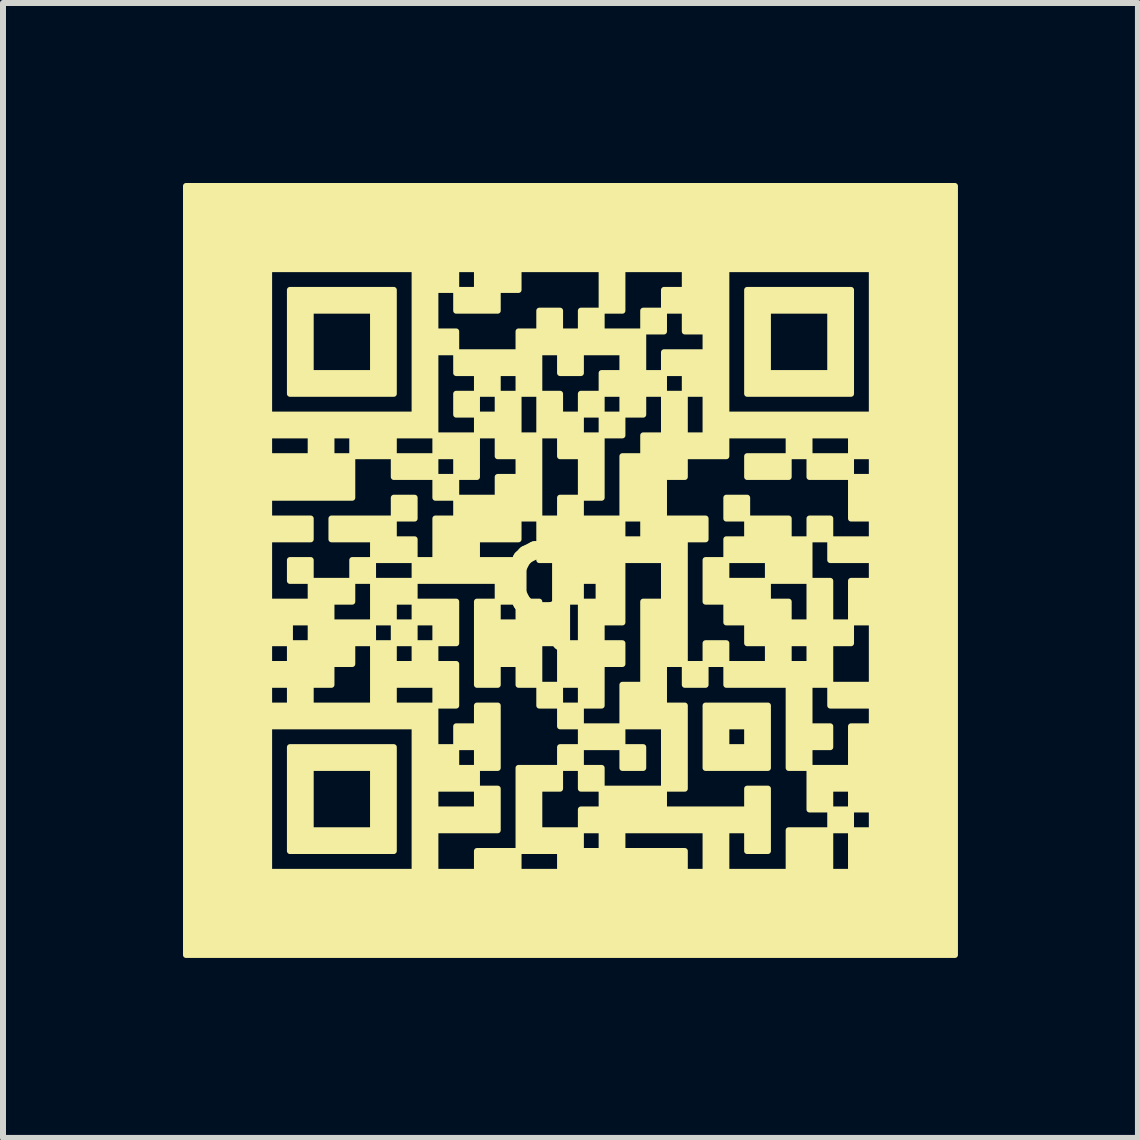
<source format=kicad_pcb>
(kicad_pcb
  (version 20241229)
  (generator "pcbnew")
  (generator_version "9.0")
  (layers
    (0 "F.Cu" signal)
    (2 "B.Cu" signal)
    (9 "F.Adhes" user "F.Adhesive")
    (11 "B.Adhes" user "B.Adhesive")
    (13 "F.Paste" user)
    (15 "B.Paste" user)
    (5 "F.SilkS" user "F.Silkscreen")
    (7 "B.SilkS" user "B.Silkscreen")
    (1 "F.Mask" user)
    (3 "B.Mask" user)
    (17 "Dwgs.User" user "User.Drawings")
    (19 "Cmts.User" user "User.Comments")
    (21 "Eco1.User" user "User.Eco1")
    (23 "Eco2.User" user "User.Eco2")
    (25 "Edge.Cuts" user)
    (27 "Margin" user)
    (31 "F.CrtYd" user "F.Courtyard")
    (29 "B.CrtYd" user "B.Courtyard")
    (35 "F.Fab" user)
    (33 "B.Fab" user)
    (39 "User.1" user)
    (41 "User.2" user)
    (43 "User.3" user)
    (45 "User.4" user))
  (footprint "qr"
    (layer "F.Cu")
    (at 6.446 6.446)
    (property "Reference" "qr" (at 0 0 0) (layer "F.SilkS") (effects (font (size 1.524 1.524) (thickness 0.3))))
    (attr through_hole)
    (fp_poly (pts (xy -4.318 0.185) (xy -4.491 0.185) (xy -4.664 0.185) (xy -4.664 0.012) (xy -4.664 -0.162) (xy -4.491 -0.162) (xy -4.318 -0.162) (xy -4.318 0.012) (xy -4.318 0.185)) (stroke (width 0.1) (type solid)) (fill yes) (layer "F.SilkS"))
    (fp_poly (pts (xy -3.279 0.185) (xy -3.452 0.185) (xy -3.625 0.185) (xy -3.625 0.012) (xy -3.625 -0.162) (xy -3.452 -0.162) (xy -3.279 -0.162) (xy -3.279 0.012) (xy -3.279 0.185)) (stroke (width 0.1) (type solid)) (fill yes) (layer "F.SilkS"))
    (fp_poly (pts (xy -2.586 -0.854) (xy -2.759 -0.854) (xy -2.933 -0.854) (xy -2.933 -1.028) (xy -2.933 -1.201) (xy -2.759 -1.201) (xy -2.586 -1.201) (xy -2.586 -1.028) (xy -2.586 -0.854)) (stroke (width 0.1) (type solid)) (fill yes) (layer "F.SilkS"))
    (fp_poly (pts (xy -2.586 1.224) (xy -2.759 1.224) (xy -2.933 1.224) (xy -2.933 1.051) (xy -2.933 0.877) (xy -2.759 0.877) (xy -2.586 0.877) (xy -2.586 1.051) (xy -2.586 1.224)) (stroke (width 0.1) (type solid)) (fill yes) (layer "F.SilkS"))
    (fp_poly (pts (xy -2.24 -1.547) (xy -2.586 -1.547) (xy -2.933 -1.547) (xy -2.933 -1.72) (xy -2.933 -1.893) (xy -2.586 -1.893) (xy -2.24 -1.893) (xy -2.24 -1.72) (xy -2.24 -1.547)) (stroke (width 0.1) (type solid)) (fill yes) (layer "F.SilkS"))
    (fp_poly (pts (xy -1.893 -1.201) (xy -2.067 -1.201) (xy -2.24 -1.201) (xy -2.24 -1.374) (xy -2.24 -1.547) (xy -2.067 -1.547) (xy -1.893 -1.547) (xy -1.893 -1.374) (xy -1.893 -1.201)) (stroke (width 0.1) (type solid)) (fill yes) (layer "F.SilkS"))
    (fp_poly (pts (xy -1.547 -2.586) (xy -1.72 -2.586) (xy -1.893 -2.586) (xy -1.893 -2.759) (xy -1.893 -2.933) (xy -1.72 -2.933) (xy -1.547 -2.933) (xy -1.547 -2.759) (xy -1.547 -2.586)) (stroke (width 0.1) (type solid)) (fill yes) (layer "F.SilkS"))
    (fp_poly (pts (xy -0.162 2.263) (xy -0.335 2.263) (xy -0.508 2.263) (xy -0.508 2.09) (xy -0.508 1.917) (xy -0.335 1.917) (xy -0.162 1.917) (xy -0.162 2.09) (xy -0.162 2.263)) (stroke (width 0.1) (type solid)) (fill yes) (layer "F.SilkS"))
    (fp_poly (pts (xy 0.185 2.609) (xy 0.012 2.609) (xy -0.162 2.609) (xy -0.162 2.436) (xy -0.162 2.263) (xy 0.012 2.263) (xy 0.185 2.263) (xy 0.185 2.436) (xy 0.185 2.609)) (stroke (width 0.1) (type solid)) (fill yes) (layer "F.SilkS"))
    (fp_poly (pts (xy 0.185 3.302) (xy 0.012 3.302) (xy -0.162 3.302) (xy -0.162 3.129) (xy -0.162 2.956) (xy 0.012 2.956) (xy 0.185 2.956) (xy 0.185 3.129) (xy 0.185 3.302)) (stroke (width 0.1) (type solid)) (fill yes) (layer "F.SilkS"))
    (fp_poly (pts (xy 0.531 -2.586) (xy 0.358 -2.586) (xy 0.185 -2.586) (xy 0.185 -2.759) (xy 0.185 -2.933) (xy 0.358 -2.933) (xy 0.531 -2.933) (xy 0.531 -2.759) (xy 0.531 -2.586)) (stroke (width 0.1) (type solid)) (fill yes) (layer "F.SilkS"))
    (fp_poly (pts (xy 0.531 3.648) (xy 0.358 3.648) (xy 0.185 3.648) (xy 0.185 3.475) (xy 0.185 3.302) (xy 0.358 3.302) (xy 0.531 3.302) (xy 0.531 3.475) (xy 0.531 3.648)) (stroke (width 0.1) (type solid)) (fill yes) (layer "F.SilkS"))
    (fp_poly (pts (xy 0.877 -2.24) (xy 0.704 -2.24) (xy 0.531 -2.24) (xy 0.531 -2.413) (xy 0.531 -2.586) (xy 0.704 -2.586) (xy 0.877 -2.586) (xy 0.877 -2.413) (xy 0.877 -2.24)) (stroke (width 0.1) (type solid)) (fill yes) (layer "F.SilkS"))
    (fp_poly (pts (xy 0.877 2.956) (xy 0.531 2.956) (xy 0.185 2.956) (xy 0.185 2.782) (xy 0.185 2.609) (xy 0.531 2.609) (xy 0.877 2.609) (xy 0.877 2.782) (xy 0.877 2.956)) (stroke (width 0.1) (type solid)) (fill yes) (layer "F.SilkS"))
    (fp_poly (pts (xy 1.224 3.302) (xy 1.051 3.302) (xy 0.877 3.302) (xy 0.877 3.129) (xy 0.877 2.956) (xy 1.051 2.956) (xy 1.224 2.956) (xy 1.224 3.129) (xy 1.224 3.302)) (stroke (width 0.1) (type solid)) (fill yes) (layer "F.SilkS"))
    (fp_poly (pts (xy 1.57 -3.972) (xy 1.397 -3.972) (xy 1.224 -3.972) (xy 1.224 -4.145) (xy 1.224 -4.318) (xy 1.397 -4.318) (xy 1.57 -4.318) (xy 1.57 -4.145) (xy 1.57 -3.972)) (stroke (width 0.1) (type solid)) (fill yes) (layer "F.SilkS"))
    (fp_poly (pts (xy 2.263 1.917) (xy 2.09 1.917) (xy 1.917 1.917) (xy 1.917 1.743) (xy 1.917 1.57) (xy 2.09 1.57) (xy 2.263 1.57) (xy 2.263 1.743) (xy 2.263 1.917)) (stroke (width 0.1) (type solid)) (fill yes) (layer "F.SilkS"))
    (fp_poly (pts (xy 2.609 1.57) (xy 2.436 1.57) (xy 2.263 1.57) (xy 2.263 1.397) (xy 2.263 1.224) (xy 2.436 1.224) (xy 2.609 1.224) (xy 2.609 1.397) (xy 2.609 1.57)) (stroke (width 0.1) (type solid)) (fill yes) (layer "F.SilkS"))
    (fp_poly (pts (xy 2.956 -0.854) (xy 2.782 -0.854) (xy 2.609 -0.854) (xy 2.609 -1.028) (xy 2.609 -1.201) (xy 2.782 -1.201) (xy 2.956 -1.201) (xy 2.956 -1.028) (xy 2.956 -0.854)) (stroke (width 0.1) (type solid)) (fill yes) (layer "F.SilkS"))
    (fp_poly (pts (xy 3.648 -1.547) (xy 3.302 -1.547) (xy 2.956 -1.547) (xy 2.956 -1.72) (xy 2.956 -1.893) (xy 3.302 -1.893) (xy 3.648 -1.893) (xy 3.648 -1.72) (xy 3.648 -1.547)) (stroke (width 0.1) (type solid)) (fill yes) (layer "F.SilkS"))
    (fp_poly (pts (xy 4.341 -0.508) (xy 4.168 -0.508) (xy 3.995 -0.508) (xy 3.995 -0.681) (xy 3.995 -0.854) (xy 4.168 -0.854) (xy 4.341 -0.854) (xy 4.341 -0.681) (xy 4.341 -0.508)) (stroke (width 0.1) (type solid)) (fill yes) (layer "F.SilkS"))
    (fp_poly (pts (xy 4.687 -1.547) (xy 4.341 -1.547) (xy 3.995 -1.547) (xy 3.995 -1.72) (xy 3.995 -1.893) (xy 4.341 -1.893) (xy 4.687 -1.893) (xy 4.687 -1.72) (xy 4.687 -1.547)) (stroke (width 0.1) (type solid)) (fill yes) (layer "F.SilkS"))
    (fp_poly (pts (xy 4.687 4.341) (xy 4.514 4.341) (xy 4.341 4.341) (xy 4.341 4.168) (xy 4.341 3.995) (xy 4.514 3.995) (xy 4.687 3.995) (xy 4.687 4.168) (xy 4.687 4.341)) (stroke (width 0.1) (type solid)) (fill yes) (layer "F.SilkS"))
    (fp_poly (pts (xy -2.586 0.531) (xy -2.759 0.531) (xy -2.933 0.531) (xy -2.933 0.704) (xy -2.933 0.877) (xy -3.106 0.877) (xy -3.279 0.877) (xy -3.279 0.531) (xy -3.279 0.185) (xy -2.933 0.185) (xy -2.586 0.185) (xy -2.586 0.358) (xy -2.586 0.531)) (stroke (width 0.1) (type solid)) (fill yes) (layer "F.SilkS"))
    (fp_poly (pts (xy -1.893 1.224) (xy -2.067 1.224) (xy -2.24 1.224) (xy -2.24 1.051) (xy -2.24 0.877) (xy -2.413 0.877) (xy -2.586 0.877) (xy -2.586 0.704) (xy -2.586 0.531) (xy -2.24 0.531) (xy -1.893 0.531) (xy -1.893 0.877) (xy -1.893 1.224)) (stroke (width 0.1) (type solid)) (fill yes) (layer "F.SilkS"))
    (fp_poly (pts (xy -1.547 -1.547) (xy -1.72 -1.547) (xy -1.893 -1.547) (xy -1.893 -1.72) (xy -1.893 -1.893) (xy -2.067 -1.893) (xy -2.24 -1.893) (xy -2.24 -2.067) (xy -2.24 -2.24) (xy -1.893 -2.24) (xy -1.547 -2.24) (xy -1.547 -1.893) (xy -1.547 -1.547)) (stroke (width 0.1) (type solid)) (fill yes) (layer "F.SilkS"))
    (fp_poly (pts (xy -2.586 -0.162) (xy -2.933 -0.162) (xy -3.279 -0.162) (xy -3.279 -0.335) (xy -3.279 -0.508) (xy -3.625 -0.508) (xy -3.972 -0.508) (xy -3.972 -0.681) (xy -3.972 -0.854) (xy -3.452 -0.854) (xy -2.933 -0.854) (xy -2.933 -0.681) (xy -2.933 -0.508) (xy -2.759 -0.508) (xy -2.586 -0.508) (xy -2.586 -0.335) (xy -2.586 -0.162)) (stroke (width 0.1) (type solid)) (fill yes) (layer "F.SilkS"))
    (fp_poly (pts (xy -1.201 3.302) (xy -1.374 3.302) (xy -1.547 3.302) (xy -1.547 3.129) (xy -1.547 2.956) (xy -1.72 2.956) (xy -1.893 2.956) (xy -1.893 2.782) (xy -1.893 2.609) (xy -1.72 2.609) (xy -1.547 2.609) (xy -1.547 2.436) (xy -1.547 2.263) (xy -1.374 2.263) (xy -1.201 2.263) (xy -1.201 2.782) (xy -1.201 3.302)) (stroke (width 0.1) (type solid)) (fill yes) (layer "F.SilkS"))
    (fp_poly (pts (xy -2.933 -2.933) (xy -3.279 -2.933) (xy -3.279 -3.279) (xy -3.279 -3.798) (xy -3.279 -4.318) (xy -3.798 -4.318) (xy -4.318 -4.318) (xy -4.318 -3.798) (xy -4.318 -3.279) (xy -3.798 -3.279) (xy -3.279 -3.279) (xy -3.279 -2.933) (xy -3.798 -2.933) (xy -4.664 -2.933) (xy -4.664 -3.798) (xy -4.664 -4.664) (xy -3.798 -4.664) (xy -2.933 -4.664) (xy -2.933 -3.798) (xy -2.933 -2.933)) (stroke (width 0.1) (type solid)) (fill yes) (layer "F.SilkS"))
    (fp_poly (pts (xy -2.933 4.687) (xy -3.279 4.687) (xy -3.279 4.341) (xy -3.279 3.822) (xy -3.279 3.302) (xy -3.798 3.302) (xy -4.318 3.302) (xy -4.318 3.822) (xy -4.318 4.341) (xy -3.798 4.341) (xy -3.279 4.341) (xy -3.279 4.687) (xy -3.798 4.687) (xy -4.664 4.687) (xy -4.664 3.822) (xy -4.664 2.956) (xy -3.798 2.956) (xy -2.933 2.956) (xy -2.933 3.822) (xy -2.933 4.687)) (stroke (width 0.1) (type solid)) (fill yes) (layer "F.SilkS"))
    (fp_poly (pts (xy 3.302 3.302) (xy 2.956 3.302) (xy 2.956 2.956) (xy 2.956 2.782) (xy 2.956 2.609) (xy 2.782 2.609) (xy 2.609 2.609) (xy 2.609 2.782) (xy 2.609 2.956) (xy 2.782 2.956) (xy 2.956 2.956) (xy 2.956 3.302) (xy 2.782 3.302) (xy 2.263 3.302) (xy 2.263 2.782) (xy 2.263 2.263) (xy 2.782 2.263) (xy 3.302 2.263) (xy 3.302 2.782) (xy 3.302 3.302)) (stroke (width 0.1) (type solid)) (fill yes) (layer "F.SilkS"))
    (fp_poly (pts (xy 4.687 -2.933) (xy 4.341 -2.933) (xy 4.341 -3.279) (xy 4.341 -3.798) (xy 4.341 -4.318) (xy 3.822 -4.318) (xy 3.302 -4.318) (xy 3.302 -3.798) (xy 3.302 -3.279) (xy 3.822 -3.279) (xy 4.341 -3.279) (xy 4.341 -2.933) (xy 3.822 -2.933) (xy 2.956 -2.933) (xy 2.956 -3.798) (xy 2.956 -4.664) (xy 3.822 -4.664) (xy 4.687 -4.664) (xy 4.687 -3.798) (xy 4.687 -2.933)) (stroke (width 0.1) (type solid)) (fill yes) (layer "F.SilkS"))
    (fp_poly (pts (xy 3.995 0.185) (xy 3.648 0.185) (xy 3.302 0.185) (xy 3.302 0.012) (xy 3.302 -0.162) (xy 2.956 -0.162) (xy 2.609 -0.162) (xy 2.609 -0.335) (xy 2.609 -0.508) (xy 2.782 -0.508) (xy 2.956 -0.508) (xy 2.956 -0.681) (xy 2.956 -0.854) (xy 3.302 -0.854) (xy 3.648 -0.854) (xy 3.648 -0.681) (xy 3.648 -0.508) (xy 3.822 -0.508) (xy 3.995 -0.508) (xy 3.995 -0.162) (xy 3.995 0.185)) (stroke (width 0.1) (type solid)) (fill yes) (layer "F.SilkS"))
    (fp_poly (pts (xy 0.531 -1.201) (xy 0.358 -1.201) (xy 0.185 -1.201) (xy 0.185 -1.547) (xy 0.185 -1.893) (xy 0.012 -1.893) (xy -0.162 -1.893) (xy -0.162 -2.067) (xy -0.162 -2.24) (xy -0.335 -2.24) (xy -0.508 -2.24) (xy -0.508 -2.586) (xy -0.508 -2.933) (xy -0.335 -2.933) (xy -0.162 -2.933) (xy -0.162 -2.759) (xy -0.162 -2.586) (xy 0.012 -2.586) (xy 0.185 -2.586) (xy 0.185 -2.413) (xy 0.185 -2.24) (xy 0.358 -2.24) (xy 0.531 -2.24) (xy 0.531 -1.72) (xy 0.531 -1.201)) (stroke (width 0.1) (type solid)) (fill yes) (layer "F.SilkS"))
    (fp_poly (pts (xy -0.162 1.224) (xy -0.335 1.224) (xy -0.508 1.224) (xy -0.508 1.57) (xy -0.508 1.917) (xy -0.681 1.917) (xy -0.854 1.917) (xy -0.854 1.743) (xy -0.854 1.57) (xy -1.028 1.57) (xy -1.201 1.57) (xy -1.201 1.743) (xy -1.201 1.917) (xy -1.374 1.917) (xy -1.547 1.917) (xy -1.547 1.224) (xy -1.547 0.531) (xy -1.374 0.531) (xy -1.201 0.531) (xy -1.201 0.704) (xy -1.201 0.877) (xy -1.028 0.877) (xy -0.854 0.877) (xy -0.854 0.704) (xy -0.854 0.531) (xy -0.681 0.531) (xy -0.508 0.531) (xy -0.508 0.704) (xy -0.508 0.877) (xy -0.335 0.877) (xy -0.162 0.877) (xy -0.162 1.051) (xy -0.162 1.224)) (stroke (width 0.1) (type solid)) (fill yes) (layer "F.SilkS"))
    (fp_poly (pts (xy -0.508 -0.854) (xy -0.681 -0.854) (xy -0.854 -0.854) (xy -0.854 -0.681) (xy -0.854 -0.508) (xy -1.201 -0.508) (xy -1.547 -0.508) (xy -1.547 -0.335) (xy -1.547 -0.162) (xy -1.201 -0.162) (xy -0.854 -0.162) (xy -0.854 0.185) (xy -0.854 0.531) (xy -1.028 0.531) (xy -1.201 0.531) (xy -1.201 0.358) (xy -1.201 0.185) (xy -1.893 0.185) (xy -2.586 0.185) (xy -2.586 0.012) (xy -2.586 -0.162) (xy -2.413 -0.162) (xy -2.24 -0.162) (xy -2.24 -0.508) (xy -2.24 -0.854) (xy -2.067 -0.854) (xy -1.893 -0.854) (xy -1.893 -1.028) (xy -1.893 -1.201) (xy -1.547 -1.201) (xy -1.201 -1.201) (xy -1.201 -1.374) (xy -1.201 -1.547) (xy -1.028 -1.547) (xy -0.854 -1.547) (xy -0.854 -1.72) (xy -0.854 -1.893) (xy -1.028 -1.893) (xy -1.201 -1.893) (xy -1.201 -2.067) (xy -1.201 -2.24) (xy -1.374 -2.24) (xy -1.547 -2.24) (xy -1.547 -2.413) (xy -1.547 -2.586) (xy -1.374 -2.586) (xy -1.201 -2.586) (xy -1.201 -2.759) (xy -1.201 -2.933) (xy -1.028 -2.933) (xy -0.854 -2.933) (xy -0.854 -2.586) (xy -0.854 -2.24) (xy -0.681 -2.24) (xy -0.508 -2.24) (xy -0.508 -1.547) (xy -0.508 -0.854)) (stroke (width 0.1) (type solid)) (fill yes) (layer "F.SilkS"))
    (fp_poly (pts (xy 1.57 -2.933) (xy 1.397 -2.933) (xy 1.224 -2.933) (xy 1.224 -2.759) (xy 1.224 -2.586) (xy 1.051 -2.586) (xy 0.877 -2.586) (xy 0.877 -2.759) (xy 0.877 -2.933) (xy 0.704 -2.933) (xy 0.531 -2.933) (xy 0.531 -3.106) (xy 0.531 -3.279) (xy 0.704 -3.279) (xy 0.877 -3.279) (xy 0.877 -3.452) (xy 0.877 -3.625) (xy 0.531 -3.625) (xy 0.185 -3.625) (xy 0.185 -3.452) (xy 0.185 -3.279) (xy 0.012 -3.279) (xy -0.162 -3.279) (xy -0.162 -3.452) (xy -0.162 -3.625) (xy -0.335 -3.625) (xy -0.508 -3.625) (xy -0.508 -3.279) (xy -0.508 -2.933) (xy -0.681 -2.933) (xy -0.854 -2.933) (xy -0.854 -3.106) (xy -0.854 -3.279) (xy -1.028 -3.279) (xy -1.201 -3.279) (xy -1.201 -3.106) (xy -1.201 -2.933) (xy -1.374 -2.933) (xy -1.547 -2.933) (xy -1.547 -3.106) (xy -1.547 -3.279) (xy -1.72 -3.279) (xy -1.893 -3.279) (xy -1.893 -3.452) (xy -1.893 -3.625) (xy -1.374 -3.625) (xy -0.854 -3.625) (xy -0.854 -3.798) (xy -0.854 -3.972) (xy -0.681 -3.972) (xy -0.508 -3.972) (xy -0.508 -4.145) (xy -0.508 -4.318) (xy -0.335 -4.318) (xy -0.162 -4.318) (xy -0.162 -4.145) (xy -0.162 -3.972) (xy 0.012 -3.972) (xy 0.185 -3.972) (xy 0.185 -4.145) (xy 0.185 -4.318) (xy 0.358 -4.318) (xy 0.531 -4.318) (xy 0.531 -4.145) (xy 0.531 -3.972) (xy 0.877 -3.972) (xy 1.224 -3.972) (xy 1.224 -3.625) (xy 1.224 -3.279) (xy 1.397 -3.279) (xy 1.57 -3.279) (xy 1.57 -3.106) (xy 1.57 -2.933)) (stroke (width 0.1) (type solid)) (fill yes) (layer "F.SilkS"))
    (fp_poly (pts (xy 4.687 1.224) (xy 4.514 1.224) (xy 4.341 1.224) (xy 4.341 1.57) (xy 4.341 1.917) (xy 4.168 1.917) (xy 3.995 1.917) (xy 3.995 1.57) (xy 3.995 1.397) (xy 3.995 1.224) (xy 3.822 1.224) (xy 3.648 1.224) (xy 3.648 1.397) (xy 3.648 1.57) (xy 3.822 1.57) (xy 3.995 1.57) (xy 3.995 1.917) (xy 3.995 2.263) (xy 3.995 2.609) (xy 4.168 2.609) (xy 4.341 2.609) (xy 4.341 2.782) (xy 4.341 2.956) (xy 4.168 2.956) (xy 3.995 2.956) (xy 3.995 3.129) (xy 3.995 3.302) (xy 3.822 3.302) (xy 3.648 3.302) (xy 3.648 2.609) (xy 3.648 1.917) (xy 3.129 1.917) (xy 2.609 1.917) (xy 2.609 1.743) (xy 2.609 1.57) (xy 2.956 1.57) (xy 3.302 1.57) (xy 3.302 1.397) (xy 3.302 1.224) (xy 3.129 1.224) (xy 2.956 1.224) (xy 2.956 1.051) (xy 2.956 0.877) (xy 2.782 0.877) (xy 2.609 0.877) (xy 2.609 0.704) (xy 2.609 0.531) (xy 2.436 0.531) (xy 2.263 0.531) (xy 2.263 0.185) (xy 2.263 -0.162) (xy 2.436 -0.162) (xy 2.609 -0.162) (xy 2.609 0.012) (xy 2.609 0.185) (xy 2.956 0.185) (xy 3.302 0.185) (xy 3.302 0.358) (xy 3.302 0.531) (xy 3.475 0.531) (xy 3.648 0.531) (xy 3.648 0.704) (xy 3.648 0.877) (xy 3.822 0.877) (xy 3.995 0.877) (xy 3.995 0.531) (xy 3.995 0.185) (xy 4.168 0.185) (xy 4.341 0.185) (xy 4.341 0.531) (xy 4.341 0.877) (xy 4.514 0.877) (xy 4.687 0.877) (xy 4.687 1.051) (xy 4.687 1.224)) (stroke (width 0.1) (type solid)) (fill yes) (layer "F.SilkS"))
    (fp_poly (pts (xy 6.419 6.419) (xy 5.034 6.419) (xy 5.034 4.341) (xy 5.034 4.168) (xy 5.034 3.995) (xy 4.861 3.995) (xy 4.687 3.995) (xy 4.687 3.822) (xy 4.687 3.648) (xy 4.514 3.648) (xy 4.341 3.648) (xy 4.341 3.822) (xy 4.341 3.995) (xy 4.168 3.995) (xy 3.995 3.995) (xy 3.995 3.648) (xy 3.995 3.302) (xy 4.341 3.302) (xy 4.687 3.302) (xy 4.687 2.956) (xy 4.687 2.609) (xy 4.861 2.609) (xy 5.034 2.609) (xy 5.034 2.436) (xy 5.034 2.263) (xy 4.687 2.263) (xy 4.341 2.263) (xy 4.341 2.09) (xy 4.341 1.917) (xy 4.687 1.917) (xy 5.034 1.917) (xy 5.034 1.397) (xy 5.034 0.877) (xy 4.861 0.877) (xy 4.687 0.877) (xy 4.687 0.531) (xy 4.687 0.185) (xy 4.861 0.185) (xy 5.034 0.185) (xy 5.034 0.012) (xy 5.034 -0.162) (xy 4.687 -0.162) (xy 4.341 -0.162) (xy 4.341 -0.335) (xy 4.341 -0.508) (xy 4.687 -0.508) (xy 5.034 -0.508) (xy 5.034 -0.681) (xy 5.034 -0.854) (xy 4.861 -0.854) (xy 4.687 -0.854) (xy 4.687 -1.201) (xy 4.687 -1.547) (xy 4.861 -1.547) (xy 5.034 -1.547) (xy 5.034 -1.72) (xy 5.034 -1.893) (xy 5.034 -2.586) (xy 5.034 -3.798) (xy 5.034 -5.011) (xy 3.822 -5.011) (xy 2.609 -5.011) (xy 2.609 -3.798) (xy 2.609 -2.586) (xy 3.822 -2.586) (xy 5.034 -2.586) (xy 5.034 -1.893) (xy 4.861 -1.893) (xy 4.687 -1.893) (xy 4.687 -2.067) (xy 4.687 -2.24) (xy 4.341 -2.24) (xy 3.995 -2.24) (xy 3.995 -2.067) (xy 3.995 -1.893) (xy 3.822 -1.893) (xy 3.648 -1.893) (xy 3.648 -2.067) (xy 3.648 -2.24) (xy 3.129 -2.24) (xy 2.609 -2.24) (xy 2.609 -2.067) (xy 2.609 -1.893) (xy 2.263 -1.893) (xy 1.917 -1.893) (xy 1.917 -1.72) (xy 1.917 -1.547) (xy 1.743 -1.547) (xy 1.57 -1.547) (xy 1.57 -1.201) (xy 1.57 -0.854) (xy 1.917 -0.854) (xy 2.263 -0.854) (xy 2.263 -0.681) (xy 2.263 -0.508) (xy 2.09 -0.508) (xy 1.917 -0.508) (xy 1.917 0.531) (xy 1.917 1.57) (xy 1.743 1.57) (xy 1.57 1.57) (xy 1.57 1.917) (xy 1.57 2.263) (xy 1.743 2.263) (xy 1.917 2.263) (xy 1.917 2.956) (xy 1.917 3.648) (xy 1.743 3.648) (xy 1.57 3.648) (xy 1.57 3.129) (xy 1.57 2.609) (xy 1.224 2.609) (xy 0.877 2.609) (xy 0.877 2.263) (xy 0.877 1.917) (xy 1.051 1.917) (xy 1.224 1.917) (xy 1.224 1.224) (xy 1.224 0.531) (xy 1.397 0.531) (xy 1.57 0.531) (xy 1.57 0.185) (xy 1.57 -0.162) (xy 1.224 -0.162) (xy 0.877 -0.162) (xy 0.877 0.358) (xy 0.877 0.877) (xy 0.704 0.877) (xy 0.531 0.877) (xy 0.531 1.051) (xy 0.531 1.224) (xy 0.704 1.224) (xy 0.877 1.224) (xy 0.877 1.397) (xy 0.877 1.57) (xy 0.704 1.57) (xy 0.531 1.57) (xy 0.531 1.917) (xy 0.531 2.263) (xy 0.358 2.263) (xy 0.185 2.263) (xy 0.185 2.09) (xy 0.185 1.917) (xy 0.012 1.917) (xy -0.162 1.917) (xy -0.162 1.57) (xy -0.162 1.224) (xy 0.012 1.224) (xy 0.185 1.224) (xy 0.185 0.877) (xy 0.185 0.531) (xy 0.358 0.531) (xy 0.531 0.531) (xy 0.531 0.358) (xy 0.531 0.185) (xy 0.358 0.185) (xy 0.185 0.185) (xy 0.185 0.358) (xy 0.185 0.531) (xy 0.012 0.531) (xy -0.162 0.531) (xy -0.162 0.185) (xy -0.162 -0.162) (xy -0.335 -0.162) (xy -0.508 -0.162) (xy -0.508 -0.508) (xy -0.508 -0.854) (xy -0.335 -0.854) (xy -0.162 -0.854) (xy -0.162 -1.028) (xy -0.162 -1.201) (xy 0.012 -1.201) (xy 0.185 -1.201) (xy 0.185 -1.028) (xy 0.185 -0.854) (xy 0.531 -0.854) (xy 0.877 -0.854) (xy 0.877 -0.681) (xy 0.877 -0.508) (xy 1.051 -0.508) (xy 1.224 -0.508) (xy 1.224 -0.681) (xy 1.224 -0.854) (xy 1.051 -0.854) (xy 0.877 -0.854) (xy 0.877 -1.374) (xy 0.877 -1.893) (xy 1.051 -1.893) (xy 1.224 -1.893) (xy 1.224 -2.067) (xy 1.224 -2.24) (xy 1.397 -2.24) (xy 1.57 -2.24) (xy 1.57 -2.586) (xy 1.57 -2.933) (xy 1.743 -2.933) (xy 1.917 -2.933) (xy 1.917 -2.586) (xy 1.917 -2.24) (xy 2.09 -2.24) (xy 2.263 -2.24) (xy 2.263 -2.586) (xy 2.263 -2.933) (xy 2.09 -2.933) (xy 1.917 -2.933) (xy 1.917 -3.106) (xy 1.917 -3.279) (xy 1.743 -3.279) (xy 1.57 -3.279) (xy 1.57 -3.452) (xy 1.57 -3.625) (xy 1.917 -3.625) (xy 2.263 -3.625) (xy 2.263 -3.798) (xy 2.263 -3.972) (xy 2.09 -3.972) (xy 1.917 -3.972) (xy 1.917 -4.145) (xy 1.917 -4.318) (xy 1.743 -4.318) (xy 1.57 -4.318) (xy 1.57 -4.491) (xy 1.57 -4.664) (xy 1.743 -4.664) (xy 1.917 -4.664) (xy 1.917 -4.838) (xy 1.917 -5.011) (xy 1.397 -5.011) (xy 0.877 -5.011) (xy 0.877 -4.664) (xy 0.877 -4.318) (xy 0.704 -4.318) (xy 0.531 -4.318) (xy 0.531 -4.664) (xy 0.531 -5.011) (xy -0.162 -5.011) (xy -0.854 -5.011) (xy -0.854 -4.838) (xy -0.854 -4.664) (xy -1.028 -4.664) (xy -1.201 -4.664) (xy -1.201 -4.491) (xy -1.201 -4.318) (xy -1.547 -4.318) (xy -1.893 -4.318) (xy -1.893 -4.491) (xy -1.893 -4.664) (xy -1.72 -4.664) (xy -1.547 -4.664) (xy -1.547 -4.838) (xy -1.547 -5.011) (xy -1.72 -5.011) (xy -1.893 -5.011) (xy -1.893 -4.838) (xy -1.893 -4.664) (xy -2.067 -4.664) (xy -2.24 -4.664) (xy -2.24 -4.318) (xy -2.24 -3.972) (xy -2.067 -3.972) (xy -1.893 -3.972) (xy -1.893 -3.798) (xy -1.893 -3.625) (xy -2.067 -3.625) (xy -2.24 -3.625) (xy -2.24 -2.933) (xy -2.24 -2.24) (xy -2.586 -2.24) (xy -2.586 -2.586) (xy -2.586 -3.798) (xy -2.586 -5.011) (xy -3.798 -5.011) (xy -5.011 -5.011) (xy -5.011 -3.798) (xy -5.011 -2.586) (xy -3.798 -2.586) (xy -2.586 -2.586) (xy -2.586 -2.24) (xy -2.933 -2.24) (xy -2.933 -2.067) (xy -2.933 -1.893) (xy -3.279 -1.893) (xy -3.625 -1.893) (xy -3.625 -2.067) (xy -3.625 -2.24) (xy -3.798 -2.24) (xy -3.972 -2.24) (xy -3.972 -2.067) (xy -3.972 -1.893) (xy -3.798 -1.893) (xy -3.625 -1.893) (xy -3.625 -1.547) (xy -3.625 -1.201) (xy -4.318 -1.201) (xy -4.318 -1.893) (xy -4.318 -2.067) (xy -4.318 -2.24) (xy -4.664 -2.24) (xy -5.011 -2.24) (xy -5.011 -2.067) (xy -5.011 -1.893) (xy -4.664 -1.893) (xy -4.318 -1.893) (xy -4.318 -1.201) (xy -5.011 -1.201) (xy -5.011 -1.028) (xy -5.011 -0.854) (xy -4.664 -0.854) (xy -4.318 -0.854) (xy -4.318 -0.681) (xy -4.318 -0.508) (xy -4.664 -0.508) (xy -5.011 -0.508) (xy -5.011 0.012) (xy -5.011 0.531) (xy -4.664 0.531) (xy -4.318 0.531) (xy -4.318 0.358) (xy -4.318 0.185) (xy -3.972 0.185) (xy -3.625 0.185) (xy -3.625 0.358) (xy -3.625 0.531) (xy -3.798 0.531) (xy -3.972 0.531) (xy -3.972 0.704) (xy -3.972 0.877) (xy -3.625 0.877) (xy -3.279 0.877) (xy -3.279 1.051) (xy -3.279 1.224) (xy -3.452 1.224) (xy -3.625 1.224) (xy -3.625 1.397) (xy -3.625 1.57) (xy -3.798 1.57) (xy -3.972 1.57) (xy -3.972 1.743) (xy -3.972 1.917) (xy -4.145 1.917) (xy -4.318 1.917) (xy -4.318 1.224) (xy -4.318 1.051) (xy -4.318 0.877) (xy -4.491 0.877) (xy -4.664 0.877) (xy -4.664 1.051) (xy -4.664 1.224) (xy -4.838 1.224) (xy -5.011 1.224) (xy -5.011 1.397) (xy -5.011 1.57) (xy -4.838 1.57) (xy -4.664 1.57) (xy -4.664 1.397) (xy -4.664 1.224) (xy -4.491 1.224) (xy -4.318 1.224) (xy -4.318 1.917) (xy -4.318 2.09) (xy -4.318 2.263) (xy -3.798 2.263) (xy -3.279 2.263) (xy -3.279 1.743) (xy -3.279 1.224) (xy -3.106 1.224) (xy -2.933 1.224) (xy -2.933 1.397) (xy -2.933 1.57) (xy -2.759 1.57) (xy -2.586 1.57) (xy -2.586 1.397) (xy -2.586 1.224) (xy -2.413 1.224) (xy -2.24 1.224) (xy -2.24 1.397) (xy -2.24 1.57) (xy -2.067 1.57) (xy -1.893 1.57) (xy -1.893 1.917) (xy -1.893 2.263) (xy -2.067 2.263) (xy -2.24 2.263) (xy -2.24 2.09) (xy -2.24 1.917) (xy -2.586 1.917) (xy -2.933 1.917) (xy -2.933 2.09) (xy -2.933 2.263) (xy -2.586 2.263) (xy -2.24 2.263) (xy -2.24 2.609) (xy -2.24 2.956) (xy -2.067 2.956) (xy -1.893 2.956) (xy -1.893 3.129) (xy -1.893 3.302) (xy -1.72 3.302) (xy -1.547 3.302) (xy -1.547 3.475) (xy -1.547 3.648) (xy -1.893 3.648) (xy -2.24 3.648) (xy -2.24 3.822) (xy -2.24 3.995) (xy -1.893 3.995) (xy -1.547 3.995) (xy -1.547 3.822) (xy -1.547 3.648) (xy -1.374 3.648) (xy -1.201 3.648) (xy -1.201 3.995) (xy -1.201 4.341) (xy -1.72 4.341) (xy -2.24 4.341) (xy -2.24 4.687) (xy -2.24 5.034) (xy -1.893 5.034) (xy -1.547 5.034) (xy -1.547 4.861) (xy -1.547 4.687) (xy -1.201 4.687) (xy -0.854 4.687) (xy -0.854 4.861) (xy -0.854 5.034) (xy -0.508 5.034) (xy -0.162 5.034) (xy -0.162 4.861) (xy -0.162 4.687) (xy -0.508 4.687) (xy -0.854 4.687) (xy -0.854 3.995) (xy -0.854 3.302) (xy -0.508 3.302) (xy -0.162 3.302) (xy -0.162 3.475) (xy -0.162 3.648) (xy -0.335 3.648) (xy -0.508 3.648) (xy -0.508 3.995) (xy -0.508 4.341) (xy -0.162 4.341) (xy 0.185 4.341) (xy 0.185 4.514) (xy 0.185 4.687) (xy 0.358 4.687) (xy 0.531 4.687) (xy 0.531 4.514) (xy 0.531 4.341) (xy 0.358 4.341) (xy 0.185 4.341) (xy 0.185 4.168) (xy 0.185 3.995) (xy 0.358 3.995) (xy 0.531 3.995) (xy 0.531 3.822) (xy 0.531 3.648) (xy 1.051 3.648) (xy 1.57 3.648) (xy 1.57 3.822) (xy 1.57 3.995) (xy 2.263 3.995) (xy 2.956 3.995) (xy 2.956 3.822) (xy 2.956 3.648) (xy 3.129 3.648) (xy 3.302 3.648) (xy 3.302 4.168) (xy 3.302 4.687) (xy 3.129 4.687) (xy 2.956 4.687) (xy 2.956 4.514) (xy 2.956 4.341) (xy 2.782 4.341) (xy 2.609 4.341) (xy 2.609 4.687) (xy 2.609 5.034) (xy 3.129 5.034) (xy 3.648 5.034) (xy 3.648 4.687) (xy 3.648 4.341) (xy 3.995 4.341) (xy 4.341 4.341) (xy 4.341 4.687) (xy 4.341 5.034) (xy 4.514 5.034) (xy 4.687 5.034) (xy 4.687 4.687) (xy 4.687 4.341) (xy 4.861 4.341) (xy 5.034 4.341) (xy 5.034 6.419) (xy 2.263 6.419) (xy 2.263 5.034) (xy 2.263 4.687) (xy 2.263 4.341) (xy 1.57 4.341) (xy 0.877 4.341) (xy 0.877 4.514) (xy 0.877 4.687) (xy 1.397 4.687) (xy 1.917 4.687) (xy 1.917 4.861) (xy 1.917 5.034) (xy 2.09 5.034) (xy 2.263 5.034) (xy 2.263 6.419) (xy 0.012 6.419) (xy -2.586 6.419) (xy -2.586 5.034) (xy -2.586 3.822) (xy -2.586 2.609) (xy -3.798 2.609) (xy -4.664 2.609) (xy -4.664 2.263) (xy -4.664 2.09) (xy -4.664 1.917) (xy -4.838 1.917) (xy -5.011 1.917) (xy -5.011 2.09) (xy -5.011 2.263) (xy -4.838 2.263) (xy -4.664 2.263) (xy -4.664 2.609) (xy -5.011 2.609) (xy -5.011 3.822) (xy -5.011 5.034) (xy -3.798 5.034) (xy -2.586 5.034) (xy -2.586 6.419) (xy -6.396 6.419) (xy -6.396 0.012) (xy -6.396 -6.396) (xy 0.012 -6.396) (xy 6.419 -6.396) (xy 6.419 0.012) (xy 6.419 6.419)) (stroke (width 0.1) (type solid)) (fill yes) (layer "F.SilkS")))
  (gr_rect
    (start -3 -3)
    (end 15.915 15.915)
    (stroke (width 0.1) (type default))
    (fill no)
    (layer "Edge.Cuts")))
</source>
